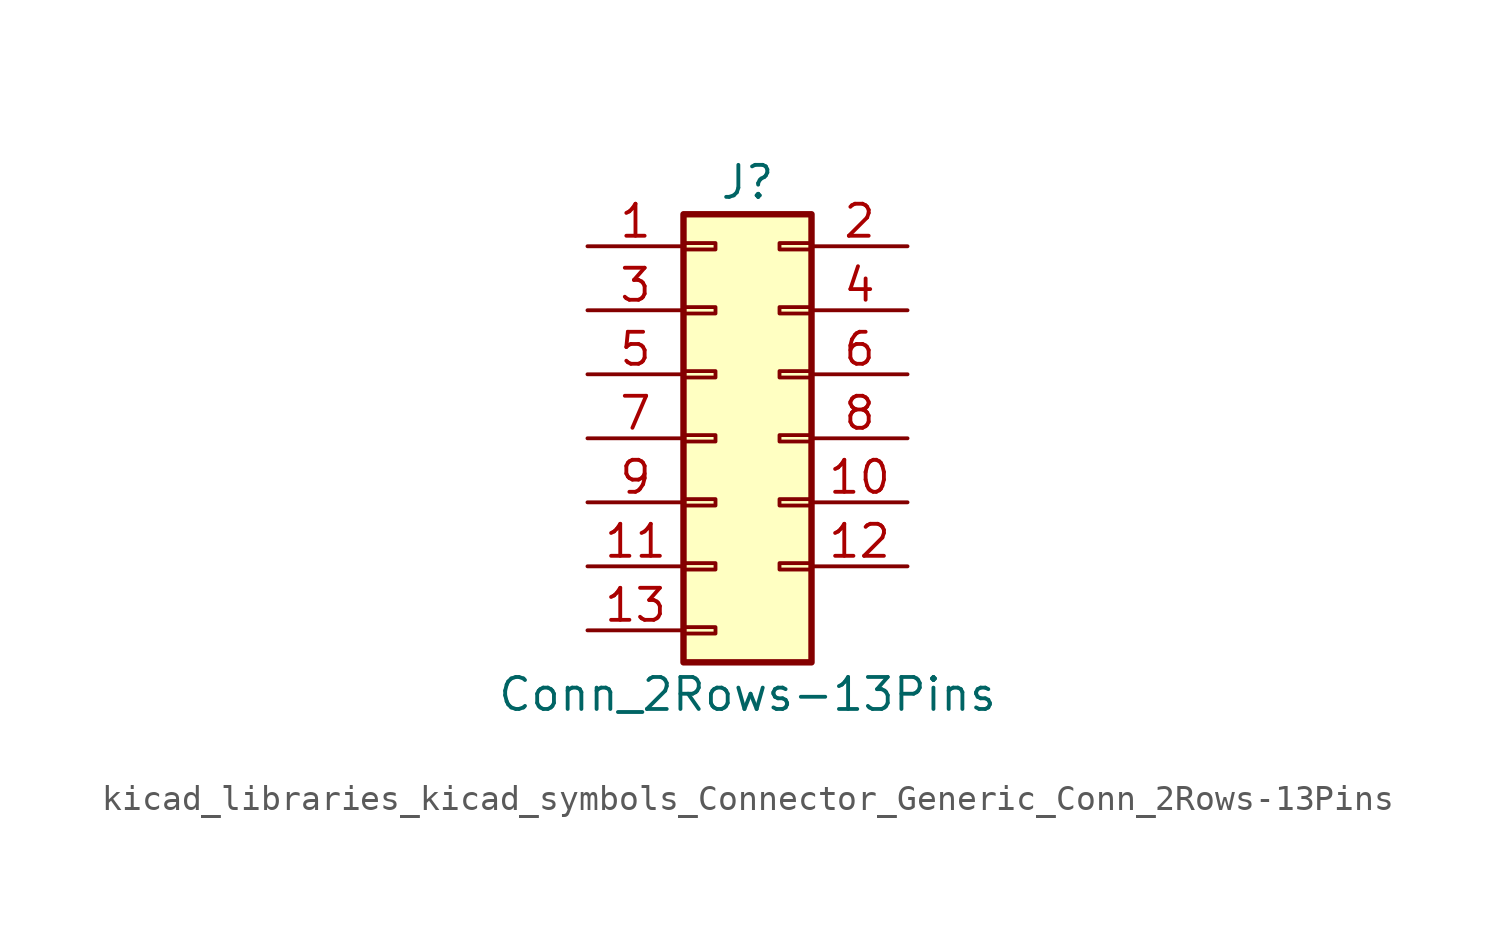
<source format=kicad_sym>
(kicad_symbol_lib
  (version 20220914)
  (generator kicad_symbol_editor)
  (symbol "kicad_libraries_kicad_symbols_Connector_Generic_Conn_2Rows-13Pins"
    (pin_names
      (offset 1.016) hide)
    (property "Reference" "J"
      (at 1.27 10.16 0)
      (effects (font (size 1.27 1.27))))
    (property "Value" "Conn_2Rows-13Pins"
      (at 1.27 -10.16 0)
      (effects (font (size 1.27 1.27))))
    (symbol "kicad_libraries_kicad_symbols_Connector_Generic_Conn_2Rows-13Pins_1_1"
      (rectangle (start -1.27 -7.493) (end 0 -7.747) (stroke (width 0.152) (type default)) (fill (type none)))
      (rectangle (start -1.27 -4.953) (end 0 -5.207) (stroke (width 0.152) (type default)) (fill (type none)))
      (rectangle (start -1.27 -2.413) (end 0 -2.667) (stroke (width 0.152) (type default)) (fill (type none)))
      (rectangle (start -1.27 0.127) (end 0 -0.127) (stroke (width 0.152) (type default)) (fill (type none)))
      (rectangle (start -1.27 2.667) (end 0 2.413) (stroke (width 0.152) (type default)) (fill (type none)))
      (rectangle (start -1.27 5.207) (end 0 4.953) (stroke (width 0.152) (type default)) (fill (type none)))
      (rectangle (start -1.27 7.747) (end 0 7.493) (stroke (width 0.152) (type default)) (fill (type none)))
      (rectangle (start -1.27 8.89) (end 3.81 -8.89) (stroke (width 0.254) (type default)) (fill (type background)))
      (rectangle (start 3.81 -4.953) (end 2.54 -5.207) (stroke (width 0.152) (type default)) (fill (type none)))
      (rectangle (start 3.81 -2.413) (end 2.54 -2.667) (stroke (width 0.152) (type default)) (fill (type none)))
      (rectangle (start 3.81 0.127) (end 2.54 -0.127) (stroke (width 0.152) (type default)) (fill (type none)))
      (rectangle (start 3.81 2.667) (end 2.54 2.413) (stroke (width 0.152) (type default)) (fill (type none)))
      (rectangle (start 3.81 5.207) (end 2.54 4.953) (stroke (width 0.152) (type default)) (fill (type none)))
      (rectangle (start 3.81 7.747) (end 2.54 7.493) (stroke (width 0.152) (type default)) (fill (type none)))
      (pin passive line (at -5.08 7.62 0) (length 3.81) (name "Pin_1" (effects (font (size 1.27 1.27)))) (number "1" (effects (font (size 1.27 1.27)))))
      (pin passive line (at 7.62 -2.54 180) (length 3.81) (name "Pin_10" (effects (font (size 1.27 1.27)))) (number "10" (effects (font (size 1.27 1.27)))))
      (pin passive line (at -5.08 -5.08 0) (length 3.81) (name "Pin_11" (effects (font (size 1.27 1.27)))) (number "11" (effects (font (size 1.27 1.27)))))
      (pin passive line (at 7.62 -5.08 180) (length 3.81) (name "Pin_12" (effects (font (size 1.27 1.27)))) (number "12" (effects (font (size 1.27 1.27)))))
      (pin passive line (at -5.08 -7.62 0) (length 3.81) (name "Pin_13" (effects (font (size 1.27 1.27)))) (number "13" (effects (font (size 1.27 1.27)))))
      (pin passive line (at 7.62 7.62 180) (length 3.81) (name "Pin_2" (effects (font (size 1.27 1.27)))) (number "2" (effects (font (size 1.27 1.27)))))
      (pin passive line (at -5.08 5.08 0) (length 3.81) (name "Pin_3" (effects (font (size 1.27 1.27)))) (number "3" (effects (font (size 1.27 1.27)))))
      (pin passive line (at 7.62 5.08 180) (length 3.81) (name "Pin_4" (effects (font (size 1.27 1.27)))) (number "4" (effects (font (size 1.27 1.27)))))
      (pin passive line (at -5.08 2.54 0) (length 3.81) (name "Pin_5" (effects (font (size 1.27 1.27)))) (number "5" (effects (font (size 1.27 1.27)))))
      (pin passive line (at 7.62 2.54 180) (length 3.81) (name "Pin_6" (effects (font (size 1.27 1.27)))) (number "6" (effects (font (size 1.27 1.27)))))
      (pin passive line (at -5.08 0 0) (length 3.81) (name "Pin_7" (effects (font (size 1.27 1.27)))) (number "7" (effects (font (size 1.27 1.27)))))
      (pin passive line (at 7.62 0 180) (length 3.81) (name "Pin_8" (effects (font (size 1.27 1.27)))) (number "8" (effects (font (size 1.27 1.27)))))
      (pin passive line (at -5.08 -2.54 0) (length 3.81) (name "Pin_9" (effects (font (size 1.27 1.27)))) (number "9" (effects (font (size 1.27 1.27))))))))
</source>
